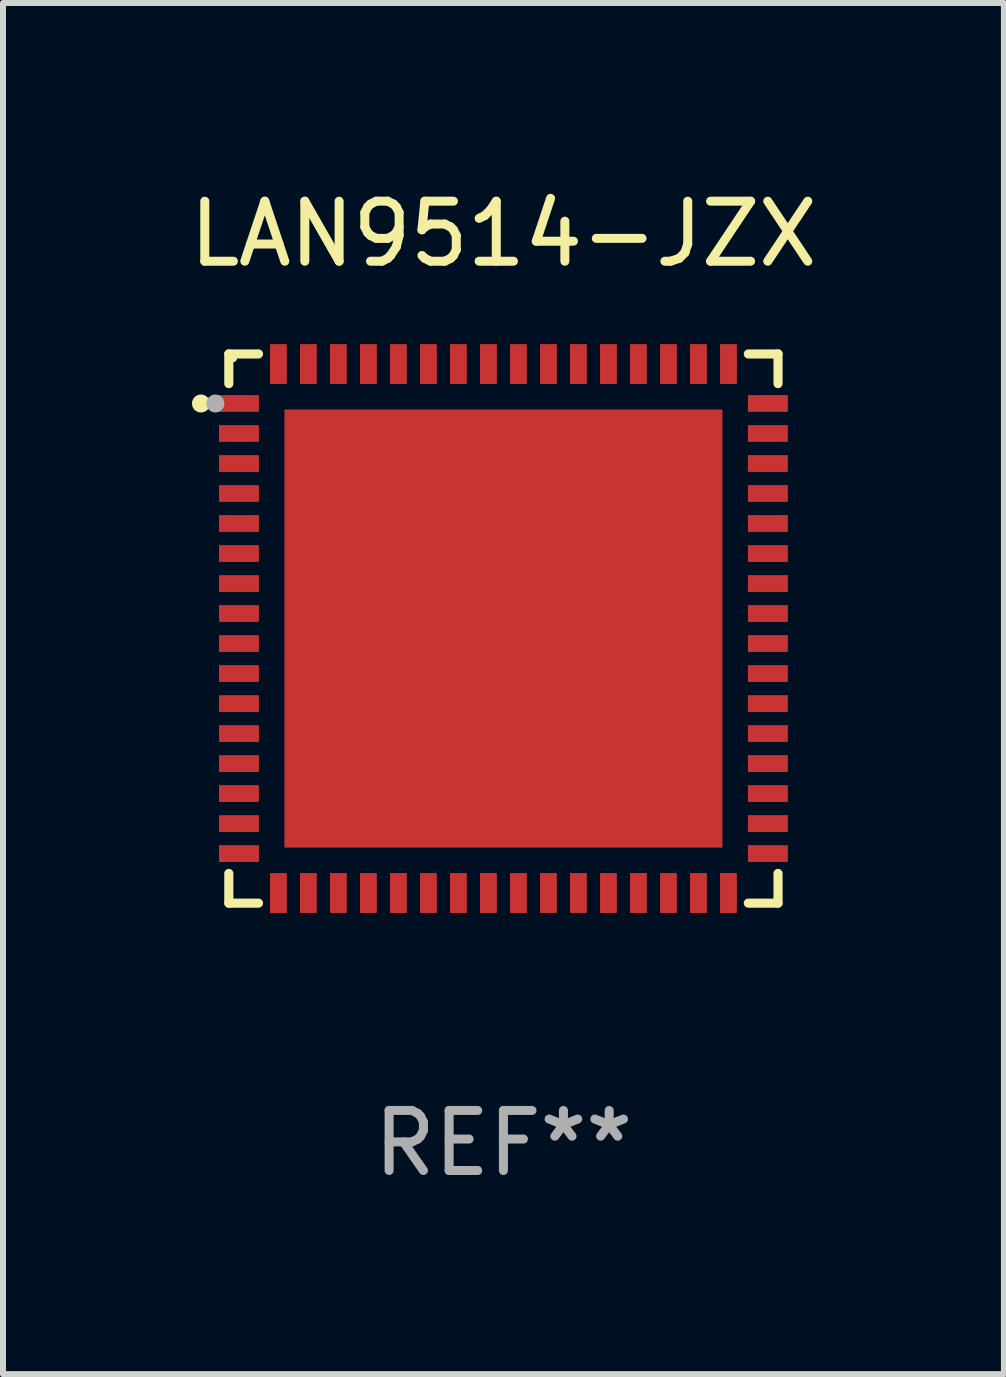
<source format=kicad_pcb>
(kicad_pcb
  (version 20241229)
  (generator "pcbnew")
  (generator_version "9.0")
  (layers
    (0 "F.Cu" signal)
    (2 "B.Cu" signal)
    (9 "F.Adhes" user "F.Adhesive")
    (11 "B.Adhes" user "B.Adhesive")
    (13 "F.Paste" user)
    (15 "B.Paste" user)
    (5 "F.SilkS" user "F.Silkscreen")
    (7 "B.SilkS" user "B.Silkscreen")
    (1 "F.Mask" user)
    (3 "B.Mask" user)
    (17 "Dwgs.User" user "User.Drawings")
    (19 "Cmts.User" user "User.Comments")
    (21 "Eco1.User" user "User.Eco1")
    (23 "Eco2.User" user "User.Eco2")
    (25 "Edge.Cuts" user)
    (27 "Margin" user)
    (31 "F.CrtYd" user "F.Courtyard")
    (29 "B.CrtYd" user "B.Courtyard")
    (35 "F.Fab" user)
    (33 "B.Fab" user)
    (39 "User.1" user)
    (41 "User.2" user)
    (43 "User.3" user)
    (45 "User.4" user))
  (footprint "LAN9514-JZX"
    (layer "F.Cu")
    (at 5.339 7.424)
    (property "Reference" "LAN9514-JZX" (at 0 -6.576 0) (layer "F.SilkS") (effects (font (size 1 1) (thickness 0.15))))
    (attr through_hole)
    (fp_line (start -4.576 -4.576) (end -4.576 -4.081) (stroke (width 0.152) (type solid)) (layer "F.SilkS"))
    (fp_line (start -4.576 4.576) (end -4.576 4.081) (stroke (width 0.152) (type solid)) (layer "F.SilkS"))
    (fp_line (start -4.081 -4.576) (end -4.576 -4.576) (stroke (width 0.152) (type solid)) (layer "F.SilkS"))
    (fp_line (start -4.081 4.576) (end -4.576 4.576) (stroke (width 0.152) (type solid)) (layer "F.SilkS"))
    (fp_line (start 4.081 -4.576) (end 4.576 -4.576) (stroke (width 0.152) (type solid)) (layer "F.SilkS"))
    (fp_line (start 4.081 4.576) (end 4.576 4.576) (stroke (width 0.152) (type solid)) (layer "F.SilkS"))
    (fp_line (start 4.576 -4.576) (end 4.576 -4.081) (stroke (width 0.152) (type solid)) (layer "F.SilkS"))
    (fp_line (start 4.576 4.576) (end 4.576 4.081) (stroke (width 0.152) (type solid)) (layer "F.SilkS"))
    (fp_circle (center -5.04 -3.75) (end -4.965 -3.75) (stroke (width 0.15) (type solid)) (fill no) (layer "F.SilkS"))
    (fp_circle (center -4.5 -4.5) (end -4.47 -4.5) (stroke (width 0.06) (type solid)) (fill no) (layer "F.SilkS"))
    (fp_circle (center -4.8 -3.75) (end -4.725 -3.75) (stroke (width 0.15) (type solid)) (fill no) (layer "F.Fab"))
    (fp_text user "REF**" (at 0 8.576 0) (layer "F.Fab") (effects (font (size 1 1) (thickness 0.15))))
    (pad "1" smd rect (at -4.407 -3.75) (size 0.665 0.28) (layers "F.Cu" "F.Mask" "F.Paste"))
    (pad "2" smd rect (at -4.407 -3.25) (size 0.665 0.28) (layers "F.Cu" "F.Mask" "F.Paste"))
    (pad "3" smd rect (at -4.407 -2.75) (size 0.665 0.28) (layers "F.Cu" "F.Mask" "F.Paste"))
    (pad "4" smd rect (at -4.407 -2.25) (size 0.665 0.28) (layers "F.Cu" "F.Mask" "F.Paste"))
    (pad "5" smd rect (at -4.407 -1.75) (size 0.665 0.28) (layers "F.Cu" "F.Mask" "F.Paste"))
    (pad "6" smd rect (at -4.407 -1.25) (size 0.665 0.28) (layers "F.Cu" "F.Mask" "F.Paste"))
    (pad "7" smd rect (at -4.407 -0.75) (size 0.665 0.28) (layers "F.Cu" "F.Mask" "F.Paste"))
    (pad "8" smd rect (at -4.407 -0.25) (size 0.665 0.28) (layers "F.Cu" "F.Mask" "F.Paste"))
    (pad "9" smd rect (at -4.407 0.25) (size 0.665 0.28) (layers "F.Cu" "F.Mask" "F.Paste"))
    (pad "10" smd rect (at -4.407 0.75) (size 0.665 0.28) (layers "F.Cu" "F.Mask" "F.Paste"))
    (pad "11" smd rect (at -4.407 1.25) (size 0.665 0.28) (layers "F.Cu" "F.Mask" "F.Paste"))
    (pad "12" smd rect (at -4.407 1.75) (size 0.665 0.28) (layers "F.Cu" "F.Mask" "F.Paste"))
    (pad "13" smd rect (at -4.407 2.25) (size 0.665 0.28) (layers "F.Cu" "F.Mask" "F.Paste"))
    (pad "14" smd rect (at -4.407 2.75) (size 0.665 0.28) (layers "F.Cu" "F.Mask" "F.Paste"))
    (pad "15" smd rect (at -4.407 3.25) (size 0.665 0.28) (layers "F.Cu" "F.Mask" "F.Paste"))
    (pad "16" smd rect (at -4.407 3.75) (size 0.665 0.28) (layers "F.Cu" "F.Mask" "F.Paste"))
    (pad "17" smd rect (at -3.75 4.407) (size 0.28 0.665) (layers "F.Cu" "F.Mask" "F.Paste"))
    (pad "18" smd rect (at -3.25 4.407) (size 0.28 0.665) (layers "F.Cu" "F.Mask" "F.Paste"))
    (pad "19" smd rect (at -2.75 4.407) (size 0.28 0.665) (layers "F.Cu" "F.Mask" "F.Paste"))
    (pad "20" smd rect (at -2.25 4.407) (size 0.28 0.665) (layers "F.Cu" "F.Mask" "F.Paste"))
    (pad "21" smd rect (at -1.75 4.407) (size 0.28 0.665) (layers "F.Cu" "F.Mask" "F.Paste"))
    (pad "22" smd rect (at -1.25 4.407) (size 0.28 0.665) (layers "F.Cu" "F.Mask" "F.Paste"))
    (pad "23" smd rect (at -0.75 4.407) (size 0.28 0.665) (layers "F.Cu" "F.Mask" "F.Paste"))
    (pad "24" smd rect (at -0.25 4.407) (size 0.28 0.665) (layers "F.Cu" "F.Mask" "F.Paste"))
    (pad "25" smd rect (at 0.25 4.407) (size 0.28 0.665) (layers "F.Cu" "F.Mask" "F.Paste"))
    (pad "26" smd rect (at 0.75 4.407) (size 0.28 0.665) (layers "F.Cu" "F.Mask" "F.Paste"))
    (pad "27" smd rect (at 1.25 4.407) (size 0.28 0.665) (layers "F.Cu" "F.Mask" "F.Paste"))
    (pad "28" smd rect (at 1.75 4.407) (size 0.28 0.665) (layers "F.Cu" "F.Mask" "F.Paste"))
    (pad "29" smd rect (at 2.25 4.407) (size 0.28 0.665) (layers "F.Cu" "F.Mask" "F.Paste"))
    (pad "30" smd rect (at 2.75 4.407) (size 0.28 0.665) (layers "F.Cu" "F.Mask" "F.Paste"))
    (pad "31" smd rect (at 3.25 4.407) (size 0.28 0.665) (layers "F.Cu" "F.Mask" "F.Paste"))
    (pad "32" smd rect (at 3.75 4.407) (size 0.28 0.665) (layers "F.Cu" "F.Mask" "F.Paste"))
    (pad "33" smd rect (at 4.407 3.75) (size 0.665 0.28) (layers "F.Cu" "F.Mask" "F.Paste"))
    (pad "34" smd rect (at 4.407 3.25) (size 0.665 0.28) (layers "F.Cu" "F.Mask" "F.Paste"))
    (pad "35" smd rect (at 4.407 2.75) (size 0.665 0.28) (layers "F.Cu" "F.Mask" "F.Paste"))
    (pad "36" smd rect (at 4.407 2.25) (size 0.665 0.28) (layers "F.Cu" "F.Mask" "F.Paste"))
    (pad "37" smd rect (at 4.407 1.75) (size 0.665 0.28) (layers "F.Cu" "F.Mask" "F.Paste"))
    (pad "38" smd rect (at 4.407 1.25) (size 0.665 0.28) (layers "F.Cu" "F.Mask" "F.Paste"))
    (pad "39" smd rect (at 4.407 0.75) (size 0.665 0.28) (layers "F.Cu" "F.Mask" "F.Paste"))
    (pad "40" smd rect (at 4.407 0.25) (size 0.665 0.28) (layers "F.Cu" "F.Mask" "F.Paste"))
    (pad "41" smd rect (at 4.407 -0.25) (size 0.665 0.28) (layers "F.Cu" "F.Mask" "F.Paste"))
    (pad "42" smd rect (at 4.407 -0.75) (size 0.665 0.28) (layers "F.Cu" "F.Mask" "F.Paste"))
    (pad "43" smd rect (at 4.407 -1.25) (size 0.665 0.28) (layers "F.Cu" "F.Mask" "F.Paste"))
    (pad "44" smd rect (at 4.407 -1.75) (size 0.665 0.28) (layers "F.Cu" "F.Mask" "F.Paste"))
    (pad "45" smd rect (at 4.407 -2.25) (size 0.665 0.28) (layers "F.Cu" "F.Mask" "F.Paste"))
    (pad "46" smd rect (at 4.407 -2.75) (size 0.665 0.28) (layers "F.Cu" "F.Mask" "F.Paste"))
    (pad "47" smd rect (at 4.407 -3.25) (size 0.665 0.28) (layers "F.Cu" "F.Mask" "F.Paste"))
    (pad "48" smd rect (at 4.407 -3.75) (size 0.665 0.28) (layers "F.Cu" "F.Mask" "F.Paste"))
    (pad "49" smd rect (at 3.75 -4.407) (size 0.28 0.665) (layers "F.Cu" "F.Mask" "F.Paste"))
    (pad "50" smd rect (at 3.25 -4.407) (size 0.28 0.665) (layers "F.Cu" "F.Mask" "F.Paste"))
    (pad "51" smd rect (at 2.75 -4.407) (size 0.28 0.665) (layers "F.Cu" "F.Mask" "F.Paste"))
    (pad "52" smd rect (at 2.25 -4.407) (size 0.28 0.665) (layers "F.Cu" "F.Mask" "F.Paste"))
    (pad "53" smd rect (at 1.75 -4.407) (size 0.28 0.665) (layers "F.Cu" "F.Mask" "F.Paste"))
    (pad "54" smd rect (at 1.25 -4.407) (size 0.28 0.665) (layers "F.Cu" "F.Mask" "F.Paste"))
    (pad "55" smd rect (at 0.75 -4.407) (size 0.28 0.665) (layers "F.Cu" "F.Mask" "F.Paste"))
    (pad "56" smd rect (at 0.25 -4.407) (size 0.28 0.665) (layers "F.Cu" "F.Mask" "F.Paste"))
    (pad "57" smd rect (at -0.25 -4.407) (size 0.28 0.665) (layers "F.Cu" "F.Mask" "F.Paste"))
    (pad "58" smd rect (at -0.75 -4.407) (size 0.28 0.665) (layers "F.Cu" "F.Mask" "F.Paste"))
    (pad "59" smd rect (at -1.25 -4.407) (size 0.28 0.665) (layers "F.Cu" "F.Mask" "F.Paste"))
    (pad "60" smd rect (at -1.75 -4.407) (size 0.28 0.665) (layers "F.Cu" "F.Mask" "F.Paste"))
    (pad "61" smd rect (at -2.25 -4.407) (size 0.28 0.665) (layers "F.Cu" "F.Mask" "F.Paste"))
    (pad "62" smd rect (at -2.75 -4.407) (size 0.28 0.665) (layers "F.Cu" "F.Mask" "F.Paste"))
    (pad "63" smd rect (at -3.25 -4.407) (size 0.28 0.665) (layers "F.Cu" "F.Mask" "F.Paste"))
    (pad "64" smd rect (at -3.75 -4.407) (size 0.28 0.665) (layers "F.Cu" "F.Mask" "F.Paste"))
    (pad "65" smd rect (at 0 0) (size 7.3 7.3) (layers "F.Cu" "F.Mask" "F.Paste")))
  (gr_rect
    (start -3 -3)
    (end 13.679 19.849)
    (stroke (width 0.1) (type default))
    (fill no)
    (layer "Edge.Cuts")))
</source>
